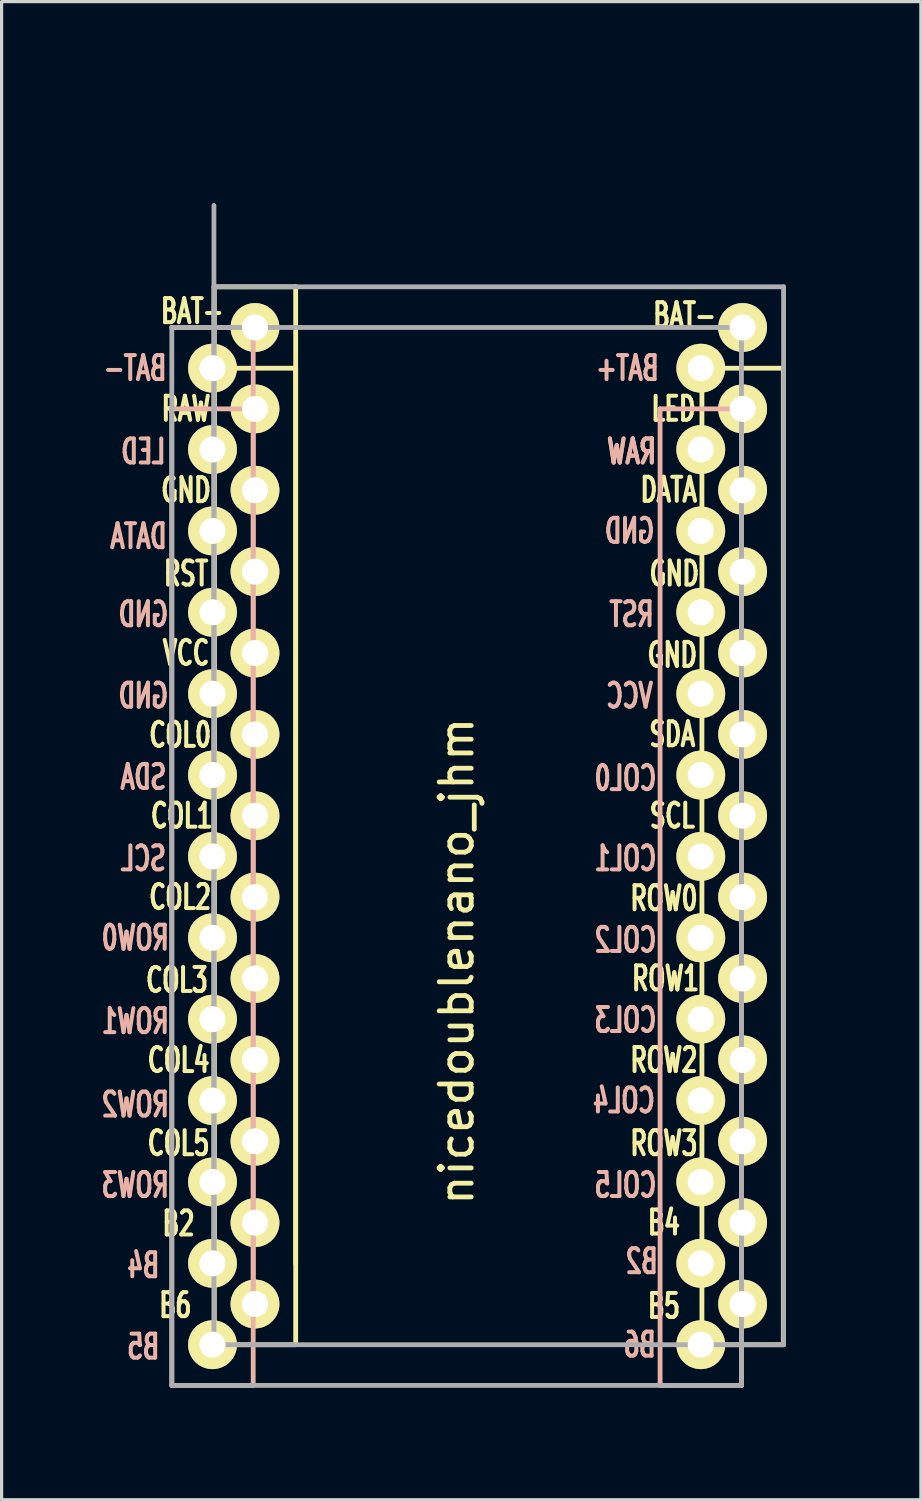
<source format=kicad_pcb>
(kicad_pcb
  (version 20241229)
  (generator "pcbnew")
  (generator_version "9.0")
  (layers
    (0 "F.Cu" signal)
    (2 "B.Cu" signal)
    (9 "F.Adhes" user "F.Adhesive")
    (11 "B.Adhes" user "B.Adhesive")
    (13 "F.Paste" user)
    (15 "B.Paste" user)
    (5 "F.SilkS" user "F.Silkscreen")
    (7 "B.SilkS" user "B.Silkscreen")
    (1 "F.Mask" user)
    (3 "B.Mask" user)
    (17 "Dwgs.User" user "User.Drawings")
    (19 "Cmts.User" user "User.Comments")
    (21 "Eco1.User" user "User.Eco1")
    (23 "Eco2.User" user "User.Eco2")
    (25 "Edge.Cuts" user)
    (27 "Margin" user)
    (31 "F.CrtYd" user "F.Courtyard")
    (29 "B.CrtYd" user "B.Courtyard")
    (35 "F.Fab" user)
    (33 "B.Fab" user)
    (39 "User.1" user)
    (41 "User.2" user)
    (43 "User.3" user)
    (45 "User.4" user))
  (footprint "nicedoublenano_jhm"
    (layer "F.Cu")
    (at 12.473 24.19)
    (property "Reference" "nicedoublenano_jhm" (at -1.27 2.762 270) (layer "F.SilkS") (effects (font (size 1 1) (thickness 0.15))))
    (attr through_hole)
    (fp_line (start -8.834 -18.288) (end -6.294 -18.288) (stroke (width 0.15) (type solid)) (layer "F.SilkS"))
    (fp_line (start -8.834 -15.748) (end -6.294 -15.748) (stroke (width 0.15) (type solid)) (layer "F.SilkS"))
    (fp_line (start -8.834 12.192) (end -8.834 -18.288) (stroke (width 0.15) (type solid)) (layer "F.SilkS"))
    (fp_line (start -8.834 14.732) (end -8.834 -15.748) (stroke (width 0.15) (type solid)) (layer "F.SilkS"))
    (fp_line (start -6.294 -18.288) (end -6.294 12.192) (stroke (width 0.15) (type solid)) (layer "F.SilkS"))
    (fp_line (start -6.294 -15.748) (end -6.294 14.732) (stroke (width 0.15) (type solid)) (layer "F.SilkS"))
    (fp_line (start -6.294 14.732) (end -8.834 14.732) (stroke (width 0.15) (type solid)) (layer "F.SilkS"))
    (fp_line (start 6.386 -15.748) (end 8.926 -15.748) (stroke (width 0.15) (type solid)) (layer "F.SilkS"))
    (fp_line (start 6.386 14.732) (end 6.386 -15.748) (stroke (width 0.15) (type solid)) (layer "F.SilkS"))
    (fp_line (start 8.926 -15.748) (end 8.926 14.732) (stroke (width 0.15) (type solid)) (layer "F.SilkS"))
    (fp_line (start 8.926 14.732) (end 6.386 14.732) (stroke (width 0.15) (type solid)) (layer "F.SilkS"))
    (fp_line (start -10.16 -17.018) (end -7.62 -17.018) (stroke (width 0.15) (type solid)) (layer "B.SilkS"))
    (fp_line (start -10.16 -14.478) (end -7.62 -14.478) (stroke (width 0.15) (type solid)) (layer "B.SilkS"))
    (fp_line (start -10.16 16.002) (end -10.16 -14.478) (stroke (width 0.15) (type solid)) (layer "B.SilkS"))
    (fp_line (start -7.62 -17.018) (end -7.62 13.462) (stroke (width 0.15) (type solid)) (layer "B.SilkS"))
    (fp_line (start -7.62 -14.478) (end -7.62 16.002) (stroke (width 0.15) (type solid)) (layer "B.SilkS"))
    (fp_line (start -7.62 16.002) (end -10.16 16.002) (stroke (width 0.15) (type solid)) (layer "B.SilkS"))
    (fp_line (start 5.08 -14.478) (end 7.62 -14.478) (stroke (width 0.15) (type solid)) (layer "B.SilkS"))
    (fp_line (start 5.08 16.002) (end 5.08 -14.478) (stroke (width 0.15) (type solid)) (layer "B.SilkS"))
    (fp_line (start 7.62 -14.478) (end 7.62 16.002) (stroke (width 0.15) (type solid)) (layer "B.SilkS"))
    (fp_line (start 7.62 16.002) (end 5.08 16.002) (stroke (width 0.15) (type solid)) (layer "B.SilkS"))
    (fp_line (start -10.16 -19.05) (end -5.08 -19.05) (stroke (width 0.12) (type solid)) (layer "Eco2.User"))
    (fp_line (start -10.16 16.51) (end -10.16 -19.05) (stroke (width 0.12) (type solid)) (layer "Eco2.User"))
    (fp_line (start -5.08 -24.13) (end 5.08 -24.13) (stroke (width 0.12) (type solid)) (layer "Eco2.User"))
    (fp_line (start -5.08 -19.05) (end -5.08 -24.13) (stroke (width 0.12) (type solid)) (layer "Eco2.User"))
    (fp_line (start 5.08 -24.13) (end 5.08 -19.05) (stroke (width 0.12) (type solid)) (layer "Eco2.User"))
    (fp_line (start 5.08 -19.05) (end 10.16 -19.05) (stroke (width 0.12) (type solid)) (layer "Eco2.User"))
    (fp_line (start 10.16 -19.05) (end 10.16 16.51) (stroke (width 0.12) (type solid)) (layer "Eco2.User"))
    (fp_line (start 10.16 16.51) (end -10.16 16.51) (stroke (width 0.12) (type solid)) (layer "Eco2.User"))
    (fp_line (start -10.16 -17.018) (end 7.62 -17.018) (stroke (width 0.15) (type solid)) (layer "F.Fab"))
    (fp_line (start -10.16 16.002) (end -10.16 -17.018) (stroke (width 0.15) (type solid)) (layer "F.Fab"))
    (fp_line (start -8.845 -18.288) (end 8.935 -18.288) (stroke (width 0.15) (type solid)) (layer "F.Fab"))
    (fp_line (start -8.845 12.192) (end -8.845 -20.828) (stroke (width 0.15) (type solid)) (layer "F.Fab"))
    (fp_line (start -8.845 14.732) (end -8.845 -18.288) (stroke (width 0.15) (type solid)) (layer "F.Fab"))
    (fp_line (start 7.62 -17.018) (end 7.62 16.002) (stroke (width 0.15) (type solid)) (layer "F.Fab"))
    (fp_line (start 7.62 16.002) (end -10.16 16.002) (stroke (width 0.15) (type solid)) (layer "F.Fab"))
    (fp_line (start 8.935 -18.288) (end 8.935 14.732) (stroke (width 0.15) (type solid)) (layer "F.Fab"))
    (fp_line (start 8.935 14.732) (end -8.845 14.732) (stroke (width 0.15) (type solid)) (layer "F.Fab"))
    (fp_text user "SCL" (at 5.461 -1.778 0) (layer "F.SilkS") (effects (font (size 0.75 0.5) (thickness 0.125))))
    (fp_text user "B5" (at 5.2 13.525 0) (layer "F.SilkS") (effects (font (size 0.75 0.5) (thickness 0.125))))
    (fp_text user "DATA" (at 5.35 -11.95 0) (layer "F.SilkS") (effects (font (size 0.75 0.5) (thickness 0.125))))
    (fp_text user "VCC" (at -9.716 -6.858 0) (layer "F.SilkS") (effects (font (size 0.75 0.5) (thickness 0.125))))
    (fp_text user "COL5" (at -9.95 8.445 0) (layer "F.SilkS") (effects (font (size 0.75 0.5) (thickness 0.125))))
    (fp_text user "ROW3" (at 5.2 8.445 0) (layer "F.SilkS") (effects (font (size 0.75 0.5) (thickness 0.125))))
    (fp_text user "GND" (at -9.716 -11.938 0) (layer "F.SilkS") (effects (font (size 0.75 0.5) (thickness 0.125))))
    (fp_text user "ROW0" (at 5.2 0.8 0) (layer "F.SilkS") (effects (font (size 0.75 0.5) (thickness 0.125))))
    (fp_text user "COL3" (at -10 3.35 0) (layer "F.SilkS") (effects (font (size 0.75 0.5) (thickness 0.125))))
    (fp_text user "ROW2" (at 5.2 5.85 0) (layer "F.SilkS") (effects (font (size 0.75 0.5) (thickness 0.125))))
    (fp_text user "GND" (at 5.524 -9.335 0) (layer "F.SilkS") (effects (font (size 0.75 0.5) (thickness 0.125))))
    (fp_text user "SDA" (at 5.461 -4.318 0) (layer "F.SilkS") (effects (font (size 0.75 0.5) (thickness 0.125))))
    (fp_text user "LED" (at 5.5 -14.478 0) (layer "F.SilkS") (effects (font (size 0.75 0.5) (thickness 0.125))))
    (fp_text user "COL0" (at -9.9 -4.3 0) (layer "F.SilkS") (effects (font (size 0.75 0.5) (thickness 0.125))))
    (fp_text user "COL4" (at -9.95 5.85 0) (layer "F.SilkS") (effects (font (size 0.75 0.5) (thickness 0.125))))
    (fp_text user "RST" (at -9.716 -9.335 0) (layer "F.SilkS") (effects (font (size 0.75 0.5) (thickness 0.125))))
    (fp_text user "B2" (at -9.95 10.95 0) (layer "F.SilkS") (effects (font (size 0.75 0.5) (thickness 0.125))))
    (fp_text user "ROW1" (at 5.25 3.302 0) (layer "F.SilkS") (effects (font (size 0.75 0.5) (thickness 0.125))))
    (fp_text user "GND" (at 5.461 -6.795 0) (layer "F.SilkS") (effects (font (size 0.75 0.5) (thickness 0.125))))
    (fp_text user "BAT-" (at -9.525 -17.526 0) (layer "F.SilkS") (effects (font (size 0.75 0.5) (thickness 0.125))))
    (fp_text user "COL2" (at -9.9 0.762 0) (layer "F.SilkS") (effects (font (size 0.75 0.5) (thickness 0.125))))
    (fp_text user "B4" (at 5.2 10.922 0) (layer "F.SilkS") (effects (font (size 0.75 0.5) (thickness 0.125))))
    (fp_text user "BAT-" (at 5.842 -17.399 0) (layer "F.SilkS") (effects (font (size 0.75 0.5) (thickness 0.125))))
    (fp_text user "RAW" (at -9.716 -14.478 0) (layer "F.SilkS") (effects (font (size 0.75 0.5) (thickness 0.125))))
    (fp_text user "COL1" (at -9.85 -1.778 0) (layer "F.SilkS") (effects (font (size 0.75 0.5) (thickness 0.125))))
    (fp_text user "B6" (at -10.05 13.5 0) (layer "F.SilkS") (effects (font (size 0.75 0.5) (thickness 0.125))))
    (fp_text user "BAT-" (at -11.303 -15.748 0) (layer "B.SilkS") (effects (font (size 0.75 0.5) (thickness 0.125)) (justify mirror)))
    (fp_text user "B6" (at 4.445 14.732 0) (layer "B.SilkS") (effects (font (size 0.75 0.5) (thickness 0.125)) (justify mirror)))
    (fp_text user "B4" (at -11.049 12.255 0) (layer "B.SilkS") (effects (font (size 0.75 0.5) (thickness 0.125)) (justify mirror)))
    (fp_text user "SDA" (at -11.049 -2.985 0) (layer "B.SilkS") (effects (font (size 0.75 0.5) (thickness 0.125)) (justify mirror)))
    (fp_text user "ROW1" (at -11.3 4.636 0) (layer "B.SilkS") (effects (font (size 0.75 0.5) (thickness 0.125)) (justify mirror)))
    (fp_text user "GND" (at -11.049 -5.524 0) (layer "B.SilkS") (effects (font (size 0.75 0.5) (thickness 0.125)) (justify mirror)))
    (fp_text user "SCL" (at -11.049 -0.445 0) (layer "B.SilkS") (effects (font (size 0.75 0.5) (thickness 0.125)) (justify mirror)))
    (fp_text user "COL4" (at 3.95 7.112 0) (layer "B.SilkS") (effects (font (size 0.75 0.5) (thickness 0.125)) (justify mirror)))
    (fp_text user "RST" (at 4.191 -8.065 0) (layer "B.SilkS") (effects (font (size 0.75 0.5) (thickness 0.125)) (justify mirror)))
    (fp_text user "RAW" (at 4.191 -13.145 0) (layer "B.SilkS") (effects (font (size 0.75 0.5) (thickness 0.125)) (justify mirror)))
    (fp_text user "RAW" (at 4.191 -13.145 0) (layer "B.SilkS") (effects (font (size 0.75 0.5) (thickness 0.125)) (justify mirror)))
    (fp_text user "GND" (at -11.049 -8.065 0) (layer "B.SilkS") (effects (font (size 0.75 0.5) (thickness 0.125)) (justify mirror)))
    (fp_text user "COL1" (at 4 -0.445 0) (layer "B.SilkS") (effects (font (size 0.75 0.5) (thickness 0.125)) (justify mirror)))
    (fp_text user "COL2" (at 4 2.1 0) (layer "B.SilkS") (effects (font (size 0.75 0.5) (thickness 0.125)) (justify mirror)))
    (fp_text user "B2" (at 4.508 12.129 0) (layer "B.SilkS") (effects (font (size 0.75 0.5) (thickness 0.125)) (justify mirror)))
    (fp_text user "COL0" (at 4 -2.95 0) (layer "B.SilkS") (effects (font (size 0.75 0.5) (thickness 0.125)) (justify mirror)))
    (fp_text user "ROW2" (at -11.3 7.239 0) (layer "B.SilkS") (effects (font (size 0.75 0.5) (thickness 0.125)) (justify mirror)))
    (fp_text user "VCC" (at 4.128 -5.524 0) (layer "B.SilkS") (effects (font (size 0.75 0.5) (thickness 0.125)) (justify mirror)))
    (fp_text user "BAT+" (at 4.064 -15.748 0) (layer "B.SilkS") (effects (font (size 0.75 0.5) (thickness 0.125)) (justify mirror)))
    (fp_text user "LED" (at -11.049 -13.145 0) (layer "B.SilkS") (effects (font (size 0.75 0.5) (thickness 0.125)) (justify mirror)))
    (fp_text user "B5" (at -11.049 14.796 0) (layer "B.SilkS") (effects (font (size 0.75 0.5) (thickness 0.125)) (justify mirror)))
    (fp_text user "COL3" (at 4 4.6 0) (layer "B.SilkS") (effects (font (size 0.75 0.5) (thickness 0.125)) (justify mirror)))
    (fp_text user "GND" (at 4.128 -10.668 0) (layer "B.SilkS") (effects (font (size 0.75 0.5) (thickness 0.125)) (justify mirror)))
    (fp_text user "DATA" (at -11.2 -10.5 0) (layer "B.SilkS") (effects (font (size 0.75 0.5) (thickness 0.125)) (justify mirror)))
    (fp_text user "ROW0" (at -11.3 2.032 0) (layer "B.SilkS") (effects (font (size 0.75 0.5) (thickness 0.125)) (justify mirror)))
    (fp_text user "ROW3" (at -11.3 9.75 0) (layer "B.SilkS") (effects (font (size 0.75 0.5) (thickness 0.125)) (justify mirror)))
    (fp_text user "COL5" (at 4 9.75 0) (layer "B.SilkS") (effects (font (size 0.75 0.5) (thickness 0.125)) (justify mirror)))
    (pad "1" thru_hole circle (at -8.89 -13.208) (size 1.524 1.524) (drill 0.813) (layers "*.Cu" "*.Mask" "F.SilkS"))
    (pad "1" thru_hole circle (at 7.656 -14.478) (size 1.524 1.524) (drill 0.813) (layers "*.Cu" "*.Mask" "F.SilkS"))
    (pad "2" thru_hole circle (at -8.89 -10.668) (size 1.524 1.524) (drill 0.813) (layers "*.Cu" "*.Mask" "F.SilkS"))
    (pad "2" thru_hole circle (at 7.656 -11.938) (size 1.524 1.524) (drill 0.813) (layers "*.Cu" "*.Mask" "F.SilkS"))
    (pad "3" thru_hole circle (at -8.89 -8.128) (size 1.524 1.524) (drill 0.813) (layers "*.Cu" "*.Mask" "F.SilkS"))
    (pad "3" thru_hole circle (at 7.656 -9.398) (size 1.524 1.524) (drill 0.813) (layers "*.Cu" "*.Mask" "F.SilkS"))
    (pad "4" thru_hole circle (at -8.89 -5.588) (size 1.524 1.524) (drill 0.813) (layers "*.Cu" "*.Mask" "F.SilkS"))
    (pad "4" thru_hole circle (at 7.656 -6.858) (size 1.524 1.524) (drill 0.813) (layers "*.Cu" "*.Mask" "F.SilkS"))
    (pad "5" thru_hole circle (at -8.89 -3.048) (size 1.524 1.524) (drill 0.813) (layers "*.Cu" "*.Mask" "F.SilkS"))
    (pad "5" thru_hole circle (at 7.656 -4.318) (size 1.524 1.524) (drill 0.813) (layers "*.Cu" "*.Mask" "F.SilkS"))
    (pad "6" thru_hole circle (at -8.89 -0.508) (size 1.524 1.524) (drill 0.813) (layers "*.Cu" "*.Mask" "F.SilkS"))
    (pad "6" thru_hole circle (at 7.656 -1.778) (size 1.524 1.524) (drill 0.813) (layers "*.Cu" "*.Mask" "F.SilkS"))
    (pad "7" thru_hole circle (at -8.89 2.032) (size 1.524 1.524) (drill 0.813) (layers "*.Cu" "*.Mask" "F.SilkS"))
    (pad "7" thru_hole circle (at 7.656 0.762) (size 1.524 1.524) (drill 0.813) (layers "*.Cu" "*.Mask" "F.SilkS"))
    (pad "8" thru_hole circle (at -8.89 4.572) (size 1.524 1.524) (drill 0.813) (layers "*.Cu" "*.Mask" "F.SilkS"))
    (pad "8" thru_hole circle (at 7.656 3.302) (size 1.524 1.524) (drill 0.813) (layers "*.Cu" "*.Mask" "F.SilkS"))
    (pad "9" thru_hole circle (at -8.89 7.112) (size 1.524 1.524) (drill 0.813) (layers "*.Cu" "*.Mask" "F.SilkS"))
    (pad "9" thru_hole circle (at 7.656 5.842) (size 1.524 1.524) (drill 0.813) (layers "*.Cu" "*.Mask" "F.SilkS"))
    (pad "10" thru_hole circle (at -8.89 9.652) (size 1.524 1.524) (drill 0.813) (layers "*.Cu" "*.Mask" "F.SilkS"))
    (pad "10" thru_hole circle (at 7.656 8.382) (size 1.524 1.524) (drill 0.813) (layers "*.Cu" "*.Mask" "F.SilkS"))
    (pad "11" thru_hole circle (at -8.89 12.192) (size 1.524 1.524) (drill 0.813) (layers "*.Cu" "*.Mask" "F.SilkS"))
    (pad "11" thru_hole circle (at 7.656 10.922) (size 1.524 1.524) (drill 0.813) (layers "*.Cu" "*.Mask" "F.SilkS"))
    (pad "12" thru_hole circle (at -8.89 14.732) (size 1.524 1.524) (drill 0.813) (layers "*.Cu" "*.Mask" "F.SilkS"))
    (pad "12" thru_hole circle (at 7.656 13.462) (size 1.524 1.524) (drill 0.813) (layers "*.Cu" "*.Mask" "F.SilkS"))
    (pad "13" thru_hole circle (at -7.564 13.462) (size 1.524 1.524) (drill 0.813) (layers "*.Cu" "*.Mask" "F.SilkS"))
    (pad "13" thru_hole circle (at 6.35 14.732) (size 1.524 1.524) (drill 0.813) (layers "*.Cu" "*.Mask" "F.SilkS"))
    (pad "14" thru_hole circle (at -7.564 10.922) (size 1.524 1.524) (drill 0.813) (layers "*.Cu" "*.Mask" "F.SilkS"))
    (pad "14" thru_hole circle (at 6.35 12.192) (size 1.524 1.524) (drill 0.813) (layers "*.Cu" "*.Mask" "F.SilkS"))
    (pad "15" thru_hole circle (at -7.564 8.382) (size 1.524 1.524) (drill 0.813) (layers "*.Cu" "*.Mask" "F.SilkS"))
    (pad "15" thru_hole circle (at 6.35 9.652) (size 1.524 1.524) (drill 0.813) (layers "*.Cu" "*.Mask" "F.SilkS"))
    (pad "16" thru_hole circle (at -7.564 5.842) (size 1.524 1.524) (drill 0.813) (layers "*.Cu" "*.Mask" "F.SilkS"))
    (pad "16" thru_hole circle (at 6.35 7.112) (size 1.524 1.524) (drill 0.813) (layers "*.Cu" "*.Mask" "F.SilkS"))
    (pad "17" thru_hole circle (at -7.564 3.302) (size 1.524 1.524) (drill 0.813) (layers "*.Cu" "*.Mask" "F.SilkS"))
    (pad "17" thru_hole circle (at 6.35 4.572) (size 1.524 1.524) (drill 0.813) (layers "*.Cu" "*.Mask" "F.SilkS"))
    (pad "18" thru_hole circle (at -7.564 0.762) (size 1.524 1.524) (drill 0.813) (layers "*.Cu" "*.Mask" "F.SilkS"))
    (pad "18" thru_hole circle (at 6.35 2.032) (size 1.524 1.524) (drill 0.813) (layers "*.Cu" "*.Mask" "F.SilkS"))
    (pad "19" thru_hole circle (at -7.564 -1.778) (size 1.524 1.524) (drill 0.813) (layers "*.Cu" "*.Mask" "F.SilkS"))
    (pad "19" thru_hole circle (at 6.35 -0.508) (size 1.524 1.524) (drill 0.813) (layers "*.Cu" "*.Mask" "F.SilkS"))
    (pad "20" thru_hole circle (at -7.564 -4.318) (size 1.524 1.524) (drill 0.813) (layers "*.Cu" "*.Mask" "F.SilkS"))
    (pad "20" thru_hole circle (at 6.35 -3.048) (size 1.524 1.524) (drill 0.813) (layers "*.Cu" "*.Mask" "F.SilkS"))
    (pad "21" thru_hole circle (at -7.564 -6.858) (size 1.524 1.524) (drill 0.813) (layers "*.Cu" "*.Mask" "F.SilkS"))
    (pad "21" thru_hole circle (at 6.35 -5.588) (size 1.524 1.524) (drill 0.813) (layers "*.Cu" "*.Mask" "F.SilkS"))
    (pad "22" thru_hole circle (at -7.564 -9.398) (size 1.524 1.524) (drill 0.813) (layers "*.Cu" "*.Mask" "F.SilkS"))
    (pad "22" thru_hole circle (at 6.35 -8.128) (size 1.524 1.524) (drill 0.813) (layers "*.Cu" "*.Mask" "F.SilkS"))
    (pad "23" thru_hole circle (at -7.564 -11.938) (size 1.524 1.524) (drill 0.813) (layers "*.Cu" "*.Mask" "F.SilkS"))
    (pad "23" thru_hole circle (at 6.35 -10.668) (size 1.524 1.524) (drill 0.813) (layers "*.Cu" "*.Mask" "F.SilkS"))
    (pad "24" thru_hole circle (at -7.564 -14.478) (size 1.524 1.524) (drill 0.813) (layers "*.Cu" "*.Mask" "F.SilkS"))
    (pad "24" thru_hole circle (at 6.35 -13.208) (size 1.524 1.524) (drill 0.813) (layers "*.Cu" "*.Mask" "F.SilkS"))
    (pad "30" thru_hole circle (at -8.89 -15.748) (size 1.524 1.524) (drill 0.813) (layers "*.Cu" "*.Mask" "F.SilkS"))
    (pad "30" thru_hole circle (at 7.656 -17.018) (size 1.524 1.524) (drill 0.813) (layers "*.Cu" "*.Mask" "F.SilkS"))
    (pad "34" thru_hole circle (at -7.564 -17.018) (size 1.524 1.524) (drill 0.813) (layers "*.Cu" "*.Mask" "F.SilkS"))
    (pad "34" thru_hole circle (at 6.35 -15.748) (size 1.524 1.524) (drill 0.813) (layers "*.Cu" "*.Mask" "F.SilkS")))
  (gr_rect
    (start -3 -3)
    (end 25.693 43.76)
    (stroke (width 0.1) (type default))
    (fill no)
    (layer "Edge.Cuts")))
</source>
